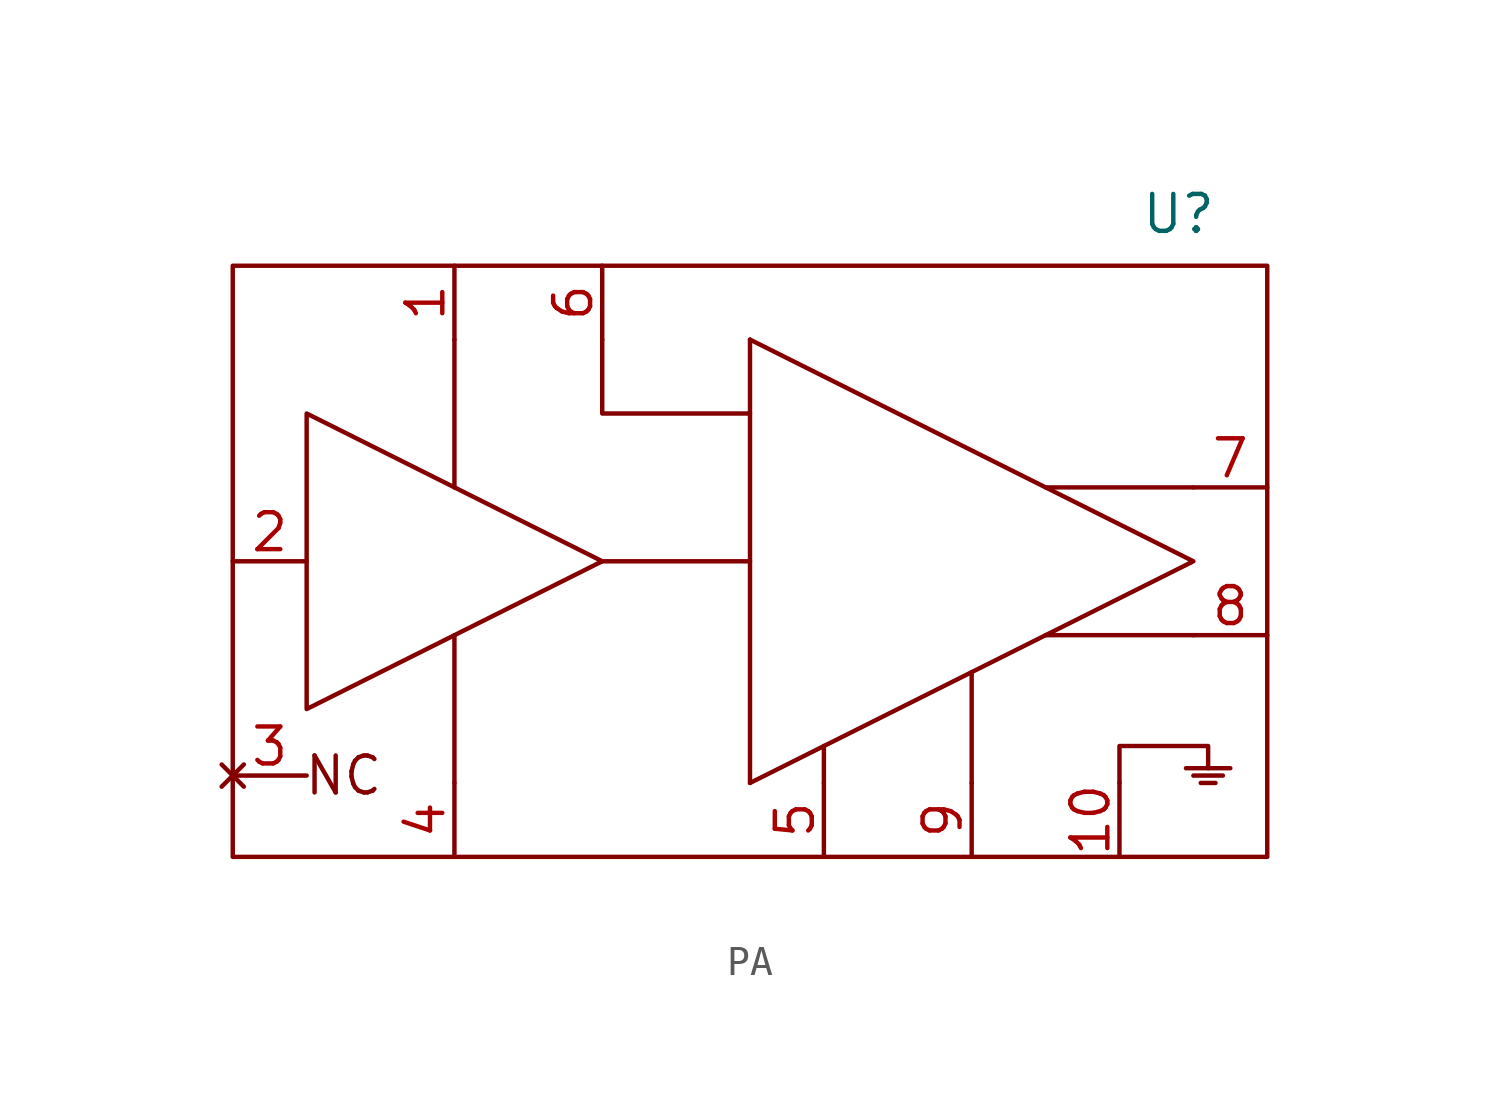
<source format=kicad_sym>
(kicad_symbol_lib
  (version 20220914)
  (generator kicad_symbol_editor)
  (symbol "PA"
    (pin_names
      (offset 0) hide)
    (property "Reference" "U"
      (at 32.512 1.778 0)
      (effects (font (size 1.27 1.27))))
    (property "Value" ""
      (at 0 0 0)
      (effects (font (size 1.27 1.27))))
    (symbol "PA_0_1"
      (polyline (pts (xy 32.766 -17.272) (xy 34.29 -17.272)) (stroke (width 0) (type default)) (fill (type none)))
      (polyline (pts (xy 33.02 -17.526) (xy 34.036 -17.526)) (stroke (width 0) (type default)) (fill (type none)))
      (polyline (pts (xy 33.274 -17.78) (xy 33.782 -17.78)) (stroke (width 0) (type default)) (fill (type none)))
      (polyline (pts (xy 30.48 -17.78) (xy 30.48 -16.51) (xy 33.528 -16.51) (xy 33.528 -17.272)) (stroke (width 0) (type default)) (fill (type none))))
    (symbol "PA_1_1"
      (polyline (pts (xy 7.62 -17.78) (xy 7.62 -12.7)) (stroke (width 0) (type default)) (fill (type none)))
      (polyline (pts (xy 7.62 -2.54) (xy 7.62 -7.62)) (stroke (width 0) (type default)) (fill (type none)))
      (polyline (pts (xy 12.7 -10.16) (xy 17.78 -10.16)) (stroke (width 0) (type default)) (fill (type none)))
      (polyline (pts (xy 17.78 -2.54) (xy 17.78 -17.78)) (stroke (width 0) (type default)) (fill (type none)))
      (polyline (pts (xy 20.32 -17.78) (xy 20.32 -16.51)) (stroke (width 0) (type default)) (fill (type none)))
      (polyline (pts (xy 25.4 -17.78) (xy 25.4 -13.97)) (stroke (width 0) (type default)) (fill (type none)))
      (polyline (pts (xy 33.02 -12.7) (xy 27.94 -12.7)) (stroke (width 0) (type default)) (fill (type none)))
      (polyline (pts (xy 33.02 -7.62) (xy 27.94 -7.62)) (stroke (width 0) (type default)) (fill (type none)))
      (polyline (pts (xy 12.7 -2.54) (xy 12.7 -5.08) (xy 17.78 -5.08)) (stroke (width 0) (type default)) (fill (type none)))
      (polyline (pts (xy 17.78 -17.78) (xy 33.02 -10.16) (xy 17.78 -2.54)) (stroke (width 0) (type default)) (fill (type none)))
      (polyline (pts (xy 2.54 -5.08) (xy 2.54 -15.24) (xy 12.7 -10.16) (xy 2.54 -5.08)) (stroke (width 0) (type default)) (fill (type none)))
      (rectangle (start 0 0) (end 35.56 -20.32) (stroke (width 0) (type default)) (fill (type none)))
      (text "NC" (at 3.81 -17.526 0) (effects (font (size 1.27 1.27))))
      (pin bidirectional line (at 7.62 0 270) (length 2.54) (name "DRV_VDD" (effects (font (size 1.27 1.27)))) (number "1" (effects (font (size 1.27 1.27)))))
      (pin bidirectional line (at 30.48 -20.32 90) (length 2.54) (name "AGND" (effects (font (size 1.27 1.27)))) (number "10" (effects (font (size 1.27 1.27)))))
      (pin input line (at 0 -10.16 0) (length 2.54) (name "IN" (effects (font (size 1.27 1.27)))) (number "2" (effects (font (size 1.27 1.27)))))
      (pin no_connect line (at 0 -17.526 0) (length 2.54) (name "NC" (effects (font (size 1.27 1.27)))) (number "3" (effects (font (size 1.27 1.27)))))
      (pin bidirectional line (at 7.62 -20.32 90) (length 2.54) (name "AGND" (effects (font (size 1.27 1.27)))) (number "4" (effects (font (size 1.27 1.27)))))
      (pin bidirectional line (at 20.32 -20.32 90) (length 2.54) (name "AGND" (effects (font (size 1.27 1.27)))) (number "5" (effects (font (size 1.27 1.27)))))
      (pin input line (at 12.7 0 270) (length 2.54) (name "VG" (effects (font (size 1.27 1.27)))) (number "6" (effects (font (size 1.27 1.27)))))
      (pin output line (at 35.56 -7.62 180) (length 2.54) (name "OUT_1" (effects (font (size 1.27 1.27)))) (number "7" (effects (font (size 1.27 1.27)))))
      (pin output line (at 35.56 -12.7 180) (length 2.54) (name "OUT_2" (effects (font (size 1.27 1.27)))) (number "8" (effects (font (size 1.27 1.27)))))
      (pin bidirectional line (at 25.4 -20.32 90) (length 2.54) (name "AGND" (effects (font (size 1.27 1.27)))) (number "9" (effects (font (size 1.27 1.27))))))))
</source>
